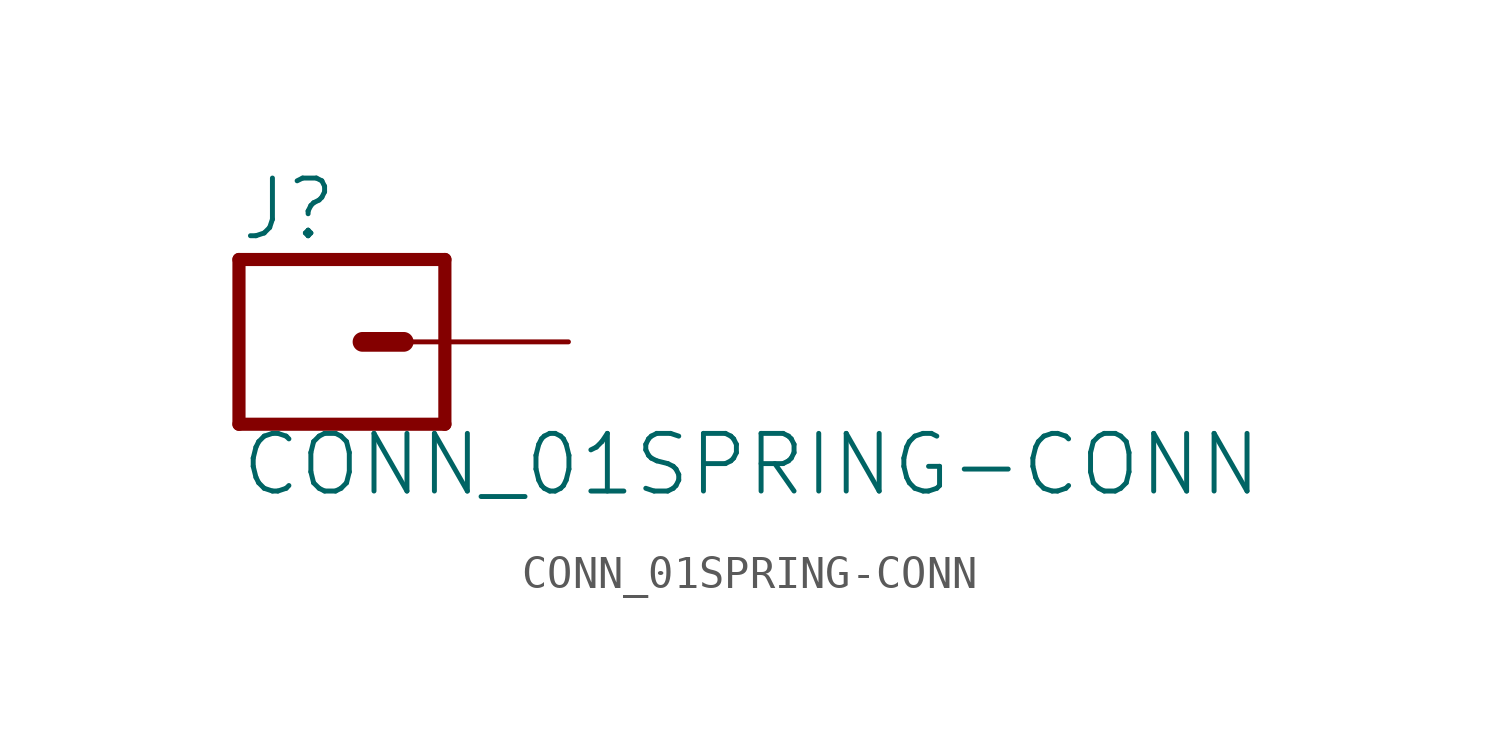
<source format=kicad_sym>
(kicad_symbol_lib
  (version 20220331)
  (generator kicad_symbol_editor)
  (symbol "CONN_01SPRING-CONN"
    (property "Reference" "J"
      (at -2.54 3.048 0)
      (effects (font (size 1.778 1.778)) (justify left bottom)))
    (property "Value" "CONN_01SPRING-CONN"
      (at -2.54 -4.826 0)
      (effects (font (size 1.778 1.778)) (justify left bottom)))
    (property "ki_locked" ""
      (at 0 0 0)
      (effects (font (size 1.27 1.27))))
    (symbol "CONN_01SPRING-CONN_1_0"
      (polyline (pts (xy -2.54 2.54) (xy -2.54 -2.54)) (stroke (width 0.406) (type solid)) (fill (type none)))
      (polyline (pts (xy -2.54 2.54) (xy 3.81 2.54)) (stroke (width 0.406) (type solid)) (fill (type none)))
      (polyline (pts (xy 1.27 0) (xy 2.54 0)) (stroke (width 0.61) (type solid)) (fill (type none)))
      (polyline (pts (xy 3.81 -2.54) (xy -2.54 -2.54)) (stroke (width 0.406) (type solid)) (fill (type none)))
      (polyline (pts (xy 3.81 -2.54) (xy 3.81 2.54)) (stroke (width 0.406) (type solid)) (fill (type none)))
      (pin passive line (at 7.62 0 180) (length 5.08) (name "1" (effects (font (size 0 0)))) (number "P$2" (effects (font (size 0 0))))))))
</source>
